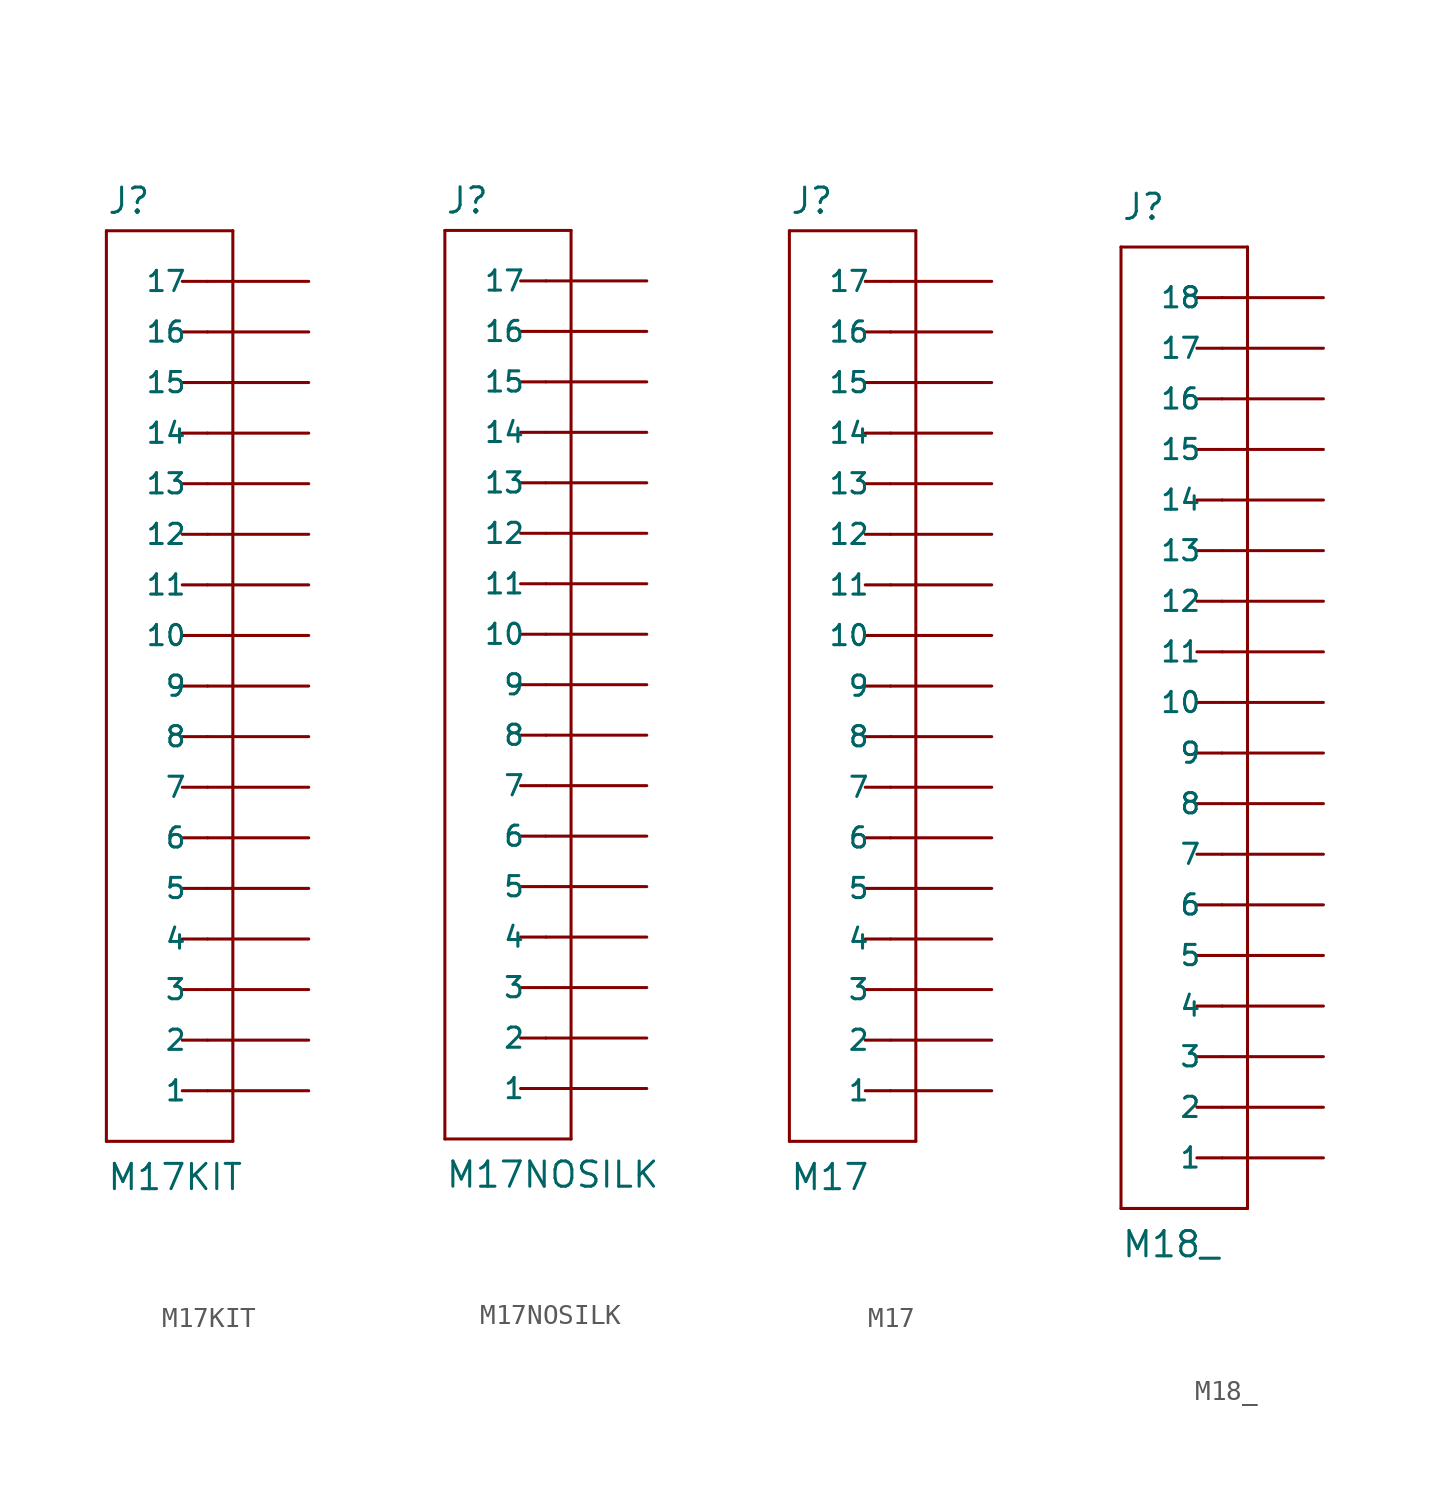
<source format=kicad_sym>
(kicad_symbol_lib
  (version 20211014)
  (generator kicad_symbol_editor)
  (symbol "M17KIT"
    (pin_numbers hide)
    (pin_names
      (offset 1.016))
    (property "Reference" "J"
      (at 0 23.622 0)
      (effects (font (size 1.27 1.27)) (justify left bottom)))
    (property "Value" "M17KIT"
      (at 0 -25.4 0)
      (effects (font (size 1.27 1.27)) (justify left bottom)))
    (property "Datasheet" ""
      (at 0 0 0)
      (effects (font (size 1.524 1.524))))
    (property "ki_locked" ""
      (at 0 0 0)
      (effects (font (size 1.27 1.27))))
    (symbol "M17KIT_1_0"
      (polyline (pts (xy 0 22.86) (xy 0 -22.86)) (stroke (width 0) (type default) (color 0 0 0 0)) (fill (type none)))
      (polyline (pts (xy 0 22.86) (xy 6.35 22.86)) (stroke (width 0) (type default) (color 0 0 0 0)) (fill (type none)))
      (polyline (pts (xy 3.81 -20.32) (xy 5.08 -20.32)) (stroke (width 0) (type default) (color 0 0 0 0)) (fill (type none)))
      (polyline (pts (xy 3.81 -17.78) (xy 5.08 -17.78)) (stroke (width 0) (type default) (color 0 0 0 0)) (fill (type none)))
      (polyline (pts (xy 3.81 -15.24) (xy 5.08 -15.24)) (stroke (width 0) (type default) (color 0 0 0 0)) (fill (type none)))
      (polyline (pts (xy 3.81 -12.7) (xy 5.08 -12.7)) (stroke (width 0) (type default) (color 0 0 0 0)) (fill (type none)))
      (polyline (pts (xy 3.81 -10.16) (xy 5.08 -10.16)) (stroke (width 0) (type default) (color 0 0 0 0)) (fill (type none)))
      (polyline (pts (xy 3.81 -7.62) (xy 5.08 -7.62)) (stroke (width 0) (type default) (color 0 0 0 0)) (fill (type none)))
      (polyline (pts (xy 3.81 -5.08) (xy 5.08 -5.08)) (stroke (width 0) (type default) (color 0 0 0 0)) (fill (type none)))
      (polyline (pts (xy 3.81 -2.54) (xy 5.08 -2.54)) (stroke (width 0) (type default) (color 0 0 0 0)) (fill (type none)))
      (polyline (pts (xy 3.81 0) (xy 5.08 0)) (stroke (width 0) (type default) (color 0 0 0 0)) (fill (type none)))
      (polyline (pts (xy 3.81 2.54) (xy 5.08 2.54)) (stroke (width 0) (type default) (color 0 0 0 0)) (fill (type none)))
      (polyline (pts (xy 3.81 5.08) (xy 5.08 5.08)) (stroke (width 0) (type default) (color 0 0 0 0)) (fill (type none)))
      (polyline (pts (xy 3.81 7.62) (xy 5.08 7.62)) (stroke (width 0) (type default) (color 0 0 0 0)) (fill (type none)))
      (polyline (pts (xy 3.81 10.16) (xy 5.08 10.16)) (stroke (width 0) (type default) (color 0 0 0 0)) (fill (type none)))
      (polyline (pts (xy 3.81 12.7) (xy 5.08 12.7)) (stroke (width 0) (type default) (color 0 0 0 0)) (fill (type none)))
      (polyline (pts (xy 3.81 15.24) (xy 5.08 15.24)) (stroke (width 0) (type default) (color 0 0 0 0)) (fill (type none)))
      (polyline (pts (xy 3.81 17.78) (xy 5.08 17.78)) (stroke (width 0) (type default) (color 0 0 0 0)) (fill (type none)))
      (polyline (pts (xy 3.81 20.32) (xy 5.08 20.32)) (stroke (width 0) (type default) (color 0 0 0 0)) (fill (type none)))
      (polyline (pts (xy 6.35 -22.86) (xy 0 -22.86)) (stroke (width 0) (type default) (color 0 0 0 0)) (fill (type none)))
      (polyline (pts (xy 6.35 -22.86) (xy 6.35 22.86)) (stroke (width 0) (type default) (color 0 0 0 0)) (fill (type none))))
    (symbol "M17KIT_1_1"
      (pin passive line (at 10.16 -20.32 180) (length 5.08) (name "1" (effects (font (size 1.016 1.016)))) (number "1" (effects (font (size 1.016 1.016)))))
      (pin passive line (at 10.16 2.54 180) (length 5.08) (name "10" (effects (font (size 1.016 1.016)))) (number "10" (effects (font (size 1.016 1.016)))))
      (pin passive line (at 10.16 5.08 180) (length 5.08) (name "11" (effects (font (size 1.016 1.016)))) (number "11" (effects (font (size 1.016 1.016)))))
      (pin passive line (at 10.16 7.62 180) (length 5.08) (name "12" (effects (font (size 1.016 1.016)))) (number "12" (effects (font (size 1.016 1.016)))))
      (pin passive line (at 10.16 10.16 180) (length 5.08) (name "13" (effects (font (size 1.016 1.016)))) (number "13" (effects (font (size 1.016 1.016)))))
      (pin passive line (at 10.16 12.7 180) (length 5.08) (name "14" (effects (font (size 1.016 1.016)))) (number "14" (effects (font (size 1.016 1.016)))))
      (pin passive line (at 10.16 15.24 180) (length 5.08) (name "15" (effects (font (size 1.016 1.016)))) (number "15" (effects (font (size 1.016 1.016)))))
      (pin passive line (at 10.16 17.78 180) (length 5.08) (name "16" (effects (font (size 1.016 1.016)))) (number "16" (effects (font (size 1.016 1.016)))))
      (pin passive line (at 10.16 20.32 180) (length 5.08) (name "17" (effects (font (size 1.016 1.016)))) (number "17" (effects (font (size 1.016 1.016)))))
      (pin passive line (at 10.16 -17.78 180) (length 5.08) (name "2" (effects (font (size 1.016 1.016)))) (number "2" (effects (font (size 1.016 1.016)))))
      (pin passive line (at 10.16 -15.24 180) (length 5.08) (name "3" (effects (font (size 1.016 1.016)))) (number "3" (effects (font (size 1.016 1.016)))))
      (pin passive line (at 10.16 -12.7 180) (length 5.08) (name "4" (effects (font (size 1.016 1.016)))) (number "4" (effects (font (size 1.016 1.016)))))
      (pin passive line (at 10.16 -10.16 180) (length 5.08) (name "5" (effects (font (size 1.016 1.016)))) (number "5" (effects (font (size 1.016 1.016)))))
      (pin passive line (at 10.16 -7.62 180) (length 5.08) (name "6" (effects (font (size 1.016 1.016)))) (number "6" (effects (font (size 1.016 1.016)))))
      (pin passive line (at 10.16 -5.08 180) (length 5.08) (name "7" (effects (font (size 1.016 1.016)))) (number "7" (effects (font (size 1.016 1.016)))))
      (pin passive line (at 10.16 -2.54 180) (length 5.08) (name "8" (effects (font (size 1.016 1.016)))) (number "8" (effects (font (size 1.016 1.016)))))
      (pin passive line (at 10.16 0 180) (length 5.08) (name "9" (effects (font (size 1.016 1.016)))) (number "9" (effects (font (size 1.016 1.016)))))))
  (symbol "M17NOSILK"
    (pin_numbers hide)
    (pin_names
      (offset 1.016))
    (property "Reference" "J"
      (at 0 23.622 0)
      (effects (font (size 1.27 1.27)) (justify left bottom)))
    (property "Value" "M17NOSILK"
      (at 0 -25.4 0)
      (effects (font (size 1.27 1.27)) (justify left bottom)))
    (property "Datasheet" ""
      (at 0 0 0)
      (effects (font (size 1.524 1.524))))
    (property "ki_locked" ""
      (at 0 0 0)
      (effects (font (size 1.27 1.27))))
    (symbol "M17NOSILK_1_0"
      (polyline (pts (xy 0 22.86) (xy 0 -22.86)) (stroke (width 0) (type default) (color 0 0 0 0)) (fill (type none)))
      (polyline (pts (xy 0 22.86) (xy 6.35 22.86)) (stroke (width 0) (type default) (color 0 0 0 0)) (fill (type none)))
      (polyline (pts (xy 3.81 -20.32) (xy 5.08 -20.32)) (stroke (width 0) (type default) (color 0 0 0 0)) (fill (type none)))
      (polyline (pts (xy 3.81 -17.78) (xy 5.08 -17.78)) (stroke (width 0) (type default) (color 0 0 0 0)) (fill (type none)))
      (polyline (pts (xy 3.81 -15.24) (xy 5.08 -15.24)) (stroke (width 0) (type default) (color 0 0 0 0)) (fill (type none)))
      (polyline (pts (xy 3.81 -12.7) (xy 5.08 -12.7)) (stroke (width 0) (type default) (color 0 0 0 0)) (fill (type none)))
      (polyline (pts (xy 3.81 -10.16) (xy 5.08 -10.16)) (stroke (width 0) (type default) (color 0 0 0 0)) (fill (type none)))
      (polyline (pts (xy 3.81 -7.62) (xy 5.08 -7.62)) (stroke (width 0) (type default) (color 0 0 0 0)) (fill (type none)))
      (polyline (pts (xy 3.81 -5.08) (xy 5.08 -5.08)) (stroke (width 0) (type default) (color 0 0 0 0)) (fill (type none)))
      (polyline (pts (xy 3.81 -2.54) (xy 5.08 -2.54)) (stroke (width 0) (type default) (color 0 0 0 0)) (fill (type none)))
      (polyline (pts (xy 3.81 0) (xy 5.08 0)) (stroke (width 0) (type default) (color 0 0 0 0)) (fill (type none)))
      (polyline (pts (xy 3.81 2.54) (xy 5.08 2.54)) (stroke (width 0) (type default) (color 0 0 0 0)) (fill (type none)))
      (polyline (pts (xy 3.81 5.08) (xy 5.08 5.08)) (stroke (width 0) (type default) (color 0 0 0 0)) (fill (type none)))
      (polyline (pts (xy 3.81 7.62) (xy 5.08 7.62)) (stroke (width 0) (type default) (color 0 0 0 0)) (fill (type none)))
      (polyline (pts (xy 3.81 10.16) (xy 5.08 10.16)) (stroke (width 0) (type default) (color 0 0 0 0)) (fill (type none)))
      (polyline (pts (xy 3.81 12.7) (xy 5.08 12.7)) (stroke (width 0) (type default) (color 0 0 0 0)) (fill (type none)))
      (polyline (pts (xy 3.81 15.24) (xy 5.08 15.24)) (stroke (width 0) (type default) (color 0 0 0 0)) (fill (type none)))
      (polyline (pts (xy 3.81 17.78) (xy 5.08 17.78)) (stroke (width 0) (type default) (color 0 0 0 0)) (fill (type none)))
      (polyline (pts (xy 3.81 20.32) (xy 5.08 20.32)) (stroke (width 0) (type default) (color 0 0 0 0)) (fill (type none)))
      (polyline (pts (xy 6.35 -22.86) (xy 0 -22.86)) (stroke (width 0) (type default) (color 0 0 0 0)) (fill (type none)))
      (polyline (pts (xy 6.35 -22.86) (xy 6.35 22.86)) (stroke (width 0) (type default) (color 0 0 0 0)) (fill (type none))))
    (symbol "M17NOSILK_1_1"
      (pin passive line (at 10.16 -20.32 180) (length 5.08) (name "1" (effects (font (size 1.016 1.016)))) (number "1" (effects (font (size 1.016 1.016)))))
      (pin passive line (at 10.16 2.54 180) (length 5.08) (name "10" (effects (font (size 1.016 1.016)))) (number "10" (effects (font (size 1.016 1.016)))))
      (pin passive line (at 10.16 5.08 180) (length 5.08) (name "11" (effects (font (size 1.016 1.016)))) (number "11" (effects (font (size 1.016 1.016)))))
      (pin passive line (at 10.16 7.62 180) (length 5.08) (name "12" (effects (font (size 1.016 1.016)))) (number "12" (effects (font (size 1.016 1.016)))))
      (pin passive line (at 10.16 10.16 180) (length 5.08) (name "13" (effects (font (size 1.016 1.016)))) (number "13" (effects (font (size 1.016 1.016)))))
      (pin passive line (at 10.16 12.7 180) (length 5.08) (name "14" (effects (font (size 1.016 1.016)))) (number "14" (effects (font (size 1.016 1.016)))))
      (pin passive line (at 10.16 15.24 180) (length 5.08) (name "15" (effects (font (size 1.016 1.016)))) (number "15" (effects (font (size 1.016 1.016)))))
      (pin passive line (at 10.16 17.78 180) (length 5.08) (name "16" (effects (font (size 1.016 1.016)))) (number "16" (effects (font (size 1.016 1.016)))))
      (pin passive line (at 10.16 20.32 180) (length 5.08) (name "17" (effects (font (size 1.016 1.016)))) (number "17" (effects (font (size 1.016 1.016)))))
      (pin passive line (at 10.16 -17.78 180) (length 5.08) (name "2" (effects (font (size 1.016 1.016)))) (number "2" (effects (font (size 1.016 1.016)))))
      (pin passive line (at 10.16 -15.24 180) (length 5.08) (name "3" (effects (font (size 1.016 1.016)))) (number "3" (effects (font (size 1.016 1.016)))))
      (pin passive line (at 10.16 -12.7 180) (length 5.08) (name "4" (effects (font (size 1.016 1.016)))) (number "4" (effects (font (size 1.016 1.016)))))
      (pin passive line (at 10.16 -10.16 180) (length 5.08) (name "5" (effects (font (size 1.016 1.016)))) (number "5" (effects (font (size 1.016 1.016)))))
      (pin passive line (at 10.16 -7.62 180) (length 5.08) (name "6" (effects (font (size 1.016 1.016)))) (number "6" (effects (font (size 1.016 1.016)))))
      (pin passive line (at 10.16 -5.08 180) (length 5.08) (name "7" (effects (font (size 1.016 1.016)))) (number "7" (effects (font (size 1.016 1.016)))))
      (pin passive line (at 10.16 -2.54 180) (length 5.08) (name "8" (effects (font (size 1.016 1.016)))) (number "8" (effects (font (size 1.016 1.016)))))
      (pin passive line (at 10.16 0 180) (length 5.08) (name "9" (effects (font (size 1.016 1.016)))) (number "9" (effects (font (size 1.016 1.016)))))))
  (symbol "M17"
    (pin_numbers hide)
    (pin_names
      (offset 1.016))
    (property "Reference" "J"
      (at 0 23.622 0)
      (effects (font (size 1.27 1.27)) (justify left bottom)))
    (property "Value" "M17"
      (at 0 -25.4 0)
      (effects (font (size 1.27 1.27)) (justify left bottom)))
    (property "Datasheet" ""
      (at 0 0 0)
      (effects (font (size 1.524 1.524))))
    (property "ki_locked" ""
      (at 0 0 0)
      (effects (font (size 1.27 1.27))))
    (symbol "M17_1_0"
      (polyline (pts (xy 0 22.86) (xy 0 -22.86)) (stroke (width 0) (type default) (color 0 0 0 0)) (fill (type none)))
      (polyline (pts (xy 0 22.86) (xy 6.35 22.86)) (stroke (width 0) (type default) (color 0 0 0 0)) (fill (type none)))
      (polyline (pts (xy 3.81 -20.32) (xy 5.08 -20.32)) (stroke (width 0) (type default) (color 0 0 0 0)) (fill (type none)))
      (polyline (pts (xy 3.81 -17.78) (xy 5.08 -17.78)) (stroke (width 0) (type default) (color 0 0 0 0)) (fill (type none)))
      (polyline (pts (xy 3.81 -15.24) (xy 5.08 -15.24)) (stroke (width 0) (type default) (color 0 0 0 0)) (fill (type none)))
      (polyline (pts (xy 3.81 -12.7) (xy 5.08 -12.7)) (stroke (width 0) (type default) (color 0 0 0 0)) (fill (type none)))
      (polyline (pts (xy 3.81 -10.16) (xy 5.08 -10.16)) (stroke (width 0) (type default) (color 0 0 0 0)) (fill (type none)))
      (polyline (pts (xy 3.81 -7.62) (xy 5.08 -7.62)) (stroke (width 0) (type default) (color 0 0 0 0)) (fill (type none)))
      (polyline (pts (xy 3.81 -5.08) (xy 5.08 -5.08)) (stroke (width 0) (type default) (color 0 0 0 0)) (fill (type none)))
      (polyline (pts (xy 3.81 -2.54) (xy 5.08 -2.54)) (stroke (width 0) (type default) (color 0 0 0 0)) (fill (type none)))
      (polyline (pts (xy 3.81 0) (xy 5.08 0)) (stroke (width 0) (type default) (color 0 0 0 0)) (fill (type none)))
      (polyline (pts (xy 3.81 2.54) (xy 5.08 2.54)) (stroke (width 0) (type default) (color 0 0 0 0)) (fill (type none)))
      (polyline (pts (xy 3.81 5.08) (xy 5.08 5.08)) (stroke (width 0) (type default) (color 0 0 0 0)) (fill (type none)))
      (polyline (pts (xy 3.81 7.62) (xy 5.08 7.62)) (stroke (width 0) (type default) (color 0 0 0 0)) (fill (type none)))
      (polyline (pts (xy 3.81 10.16) (xy 5.08 10.16)) (stroke (width 0) (type default) (color 0 0 0 0)) (fill (type none)))
      (polyline (pts (xy 3.81 12.7) (xy 5.08 12.7)) (stroke (width 0) (type default) (color 0 0 0 0)) (fill (type none)))
      (polyline (pts (xy 3.81 15.24) (xy 5.08 15.24)) (stroke (width 0) (type default) (color 0 0 0 0)) (fill (type none)))
      (polyline (pts (xy 3.81 17.78) (xy 5.08 17.78)) (stroke (width 0) (type default) (color 0 0 0 0)) (fill (type none)))
      (polyline (pts (xy 3.81 20.32) (xy 5.08 20.32)) (stroke (width 0) (type default) (color 0 0 0 0)) (fill (type none)))
      (polyline (pts (xy 6.35 -22.86) (xy 0 -22.86)) (stroke (width 0) (type default) (color 0 0 0 0)) (fill (type none)))
      (polyline (pts (xy 6.35 -22.86) (xy 6.35 22.86)) (stroke (width 0) (type default) (color 0 0 0 0)) (fill (type none))))
    (symbol "M17_1_1"
      (pin passive line (at 10.16 -20.32 180) (length 5.08) (name "1" (effects (font (size 1.016 1.016)))) (number "1" (effects (font (size 1.016 1.016)))))
      (pin passive line (at 10.16 2.54 180) (length 5.08) (name "10" (effects (font (size 1.016 1.016)))) (number "10" (effects (font (size 1.016 1.016)))))
      (pin passive line (at 10.16 5.08 180) (length 5.08) (name "11" (effects (font (size 1.016 1.016)))) (number "11" (effects (font (size 1.016 1.016)))))
      (pin passive line (at 10.16 7.62 180) (length 5.08) (name "12" (effects (font (size 1.016 1.016)))) (number "12" (effects (font (size 1.016 1.016)))))
      (pin passive line (at 10.16 10.16 180) (length 5.08) (name "13" (effects (font (size 1.016 1.016)))) (number "13" (effects (font (size 1.016 1.016)))))
      (pin passive line (at 10.16 12.7 180) (length 5.08) (name "14" (effects (font (size 1.016 1.016)))) (number "14" (effects (font (size 1.016 1.016)))))
      (pin passive line (at 10.16 15.24 180) (length 5.08) (name "15" (effects (font (size 1.016 1.016)))) (number "15" (effects (font (size 1.016 1.016)))))
      (pin passive line (at 10.16 17.78 180) (length 5.08) (name "16" (effects (font (size 1.016 1.016)))) (number "16" (effects (font (size 1.016 1.016)))))
      (pin passive line (at 10.16 20.32 180) (length 5.08) (name "17" (effects (font (size 1.016 1.016)))) (number "17" (effects (font (size 1.016 1.016)))))
      (pin passive line (at 10.16 -17.78 180) (length 5.08) (name "2" (effects (font (size 1.016 1.016)))) (number "2" (effects (font (size 1.016 1.016)))))
      (pin passive line (at 10.16 -15.24 180) (length 5.08) (name "3" (effects (font (size 1.016 1.016)))) (number "3" (effects (font (size 1.016 1.016)))))
      (pin passive line (at 10.16 -12.7 180) (length 5.08) (name "4" (effects (font (size 1.016 1.016)))) (number "4" (effects (font (size 1.016 1.016)))))
      (pin passive line (at 10.16 -10.16 180) (length 5.08) (name "5" (effects (font (size 1.016 1.016)))) (number "5" (effects (font (size 1.016 1.016)))))
      (pin passive line (at 10.16 -7.62 180) (length 5.08) (name "6" (effects (font (size 1.016 1.016)))) (number "6" (effects (font (size 1.016 1.016)))))
      (pin passive line (at 10.16 -5.08 180) (length 5.08) (name "7" (effects (font (size 1.016 1.016)))) (number "7" (effects (font (size 1.016 1.016)))))
      (pin passive line (at 10.16 -2.54 180) (length 5.08) (name "8" (effects (font (size 1.016 1.016)))) (number "8" (effects (font (size 1.016 1.016)))))
      (pin passive line (at 10.16 0 180) (length 5.08) (name "9" (effects (font (size 1.016 1.016)))) (number "9" (effects (font (size 1.016 1.016)))))))
  (symbol "M18_"
    (pin_numbers hide)
    (pin_names
      (offset 1.016))
    (property "Reference" "J"
      (at -2.54 24.13 0)
      (effects (font (size 1.27 1.27)) (justify left bottom)))
    (property "Value" "M18_"
      (at -2.54 -27.94 0)
      (effects (font (size 1.27 1.27)) (justify left bottom)))
    (property "Datasheet" ""
      (at 0 0 0)
      (effects (font (size 1.524 1.524))))
    (property "ki_locked" ""
      (at 0 0 0)
      (effects (font (size 1.27 1.27))))
    (symbol "M18__1_0"
      (polyline (pts (xy -2.54 22.86) (xy -2.54 -25.4)) (stroke (width 0) (type default) (color 0 0 0 0)) (fill (type none)))
      (polyline (pts (xy -2.54 22.86) (xy 3.81 22.86)) (stroke (width 0) (type default) (color 0 0 0 0)) (fill (type none)))
      (polyline (pts (xy 1.27 -22.86) (xy 2.54 -22.86)) (stroke (width 0) (type default) (color 0 0 0 0)) (fill (type none)))
      (polyline (pts (xy 1.27 -20.32) (xy 2.54 -20.32)) (stroke (width 0) (type default) (color 0 0 0 0)) (fill (type none)))
      (polyline (pts (xy 1.27 -17.78) (xy 2.54 -17.78)) (stroke (width 0) (type default) (color 0 0 0 0)) (fill (type none)))
      (polyline (pts (xy 1.27 -15.24) (xy 2.54 -15.24)) (stroke (width 0) (type default) (color 0 0 0 0)) (fill (type none)))
      (polyline (pts (xy 1.27 -12.7) (xy 2.54 -12.7)) (stroke (width 0) (type default) (color 0 0 0 0)) (fill (type none)))
      (polyline (pts (xy 1.27 -10.16) (xy 2.54 -10.16)) (stroke (width 0) (type default) (color 0 0 0 0)) (fill (type none)))
      (polyline (pts (xy 1.27 -7.62) (xy 2.54 -7.62)) (stroke (width 0) (type default) (color 0 0 0 0)) (fill (type none)))
      (polyline (pts (xy 1.27 -5.08) (xy 2.54 -5.08)) (stroke (width 0) (type default) (color 0 0 0 0)) (fill (type none)))
      (polyline (pts (xy 1.27 -2.54) (xy 2.54 -2.54)) (stroke (width 0) (type default) (color 0 0 0 0)) (fill (type none)))
      (polyline (pts (xy 1.27 0) (xy 2.54 0)) (stroke (width 0) (type default) (color 0 0 0 0)) (fill (type none)))
      (polyline (pts (xy 1.27 2.54) (xy 2.54 2.54)) (stroke (width 0) (type default) (color 0 0 0 0)) (fill (type none)))
      (polyline (pts (xy 1.27 5.08) (xy 2.54 5.08)) (stroke (width 0) (type default) (color 0 0 0 0)) (fill (type none)))
      (polyline (pts (xy 1.27 7.62) (xy 2.54 7.62)) (stroke (width 0) (type default) (color 0 0 0 0)) (fill (type none)))
      (polyline (pts (xy 1.27 10.16) (xy 2.54 10.16)) (stroke (width 0) (type default) (color 0 0 0 0)) (fill (type none)))
      (polyline (pts (xy 1.27 12.7) (xy 2.54 12.7)) (stroke (width 0) (type default) (color 0 0 0 0)) (fill (type none)))
      (polyline (pts (xy 1.27 15.24) (xy 2.54 15.24)) (stroke (width 0) (type default) (color 0 0 0 0)) (fill (type none)))
      (polyline (pts (xy 1.27 17.78) (xy 2.54 17.78)) (stroke (width 0) (type default) (color 0 0 0 0)) (fill (type none)))
      (polyline (pts (xy 1.27 20.32) (xy 2.54 20.32)) (stroke (width 0) (type default) (color 0 0 0 0)) (fill (type none)))
      (polyline (pts (xy 3.81 -25.4) (xy -2.54 -25.4)) (stroke (width 0) (type default) (color 0 0 0 0)) (fill (type none)))
      (polyline (pts (xy 3.81 -25.4) (xy 3.81 22.86)) (stroke (width 0) (type default) (color 0 0 0 0)) (fill (type none))))
    (symbol "M18__1_1"
      (pin passive line (at 7.62 -22.86 180) (length 5.08) (name "1" (effects (font (size 1.016 1.016)))) (number "1" (effects (font (size 1.016 1.016)))))
      (pin passive line (at 7.62 0 180) (length 5.08) (name "10" (effects (font (size 1.016 1.016)))) (number "10" (effects (font (size 1.016 1.016)))))
      (pin passive line (at 7.62 2.54 180) (length 5.08) (name "11" (effects (font (size 1.016 1.016)))) (number "11" (effects (font (size 1.016 1.016)))))
      (pin passive line (at 7.62 5.08 180) (length 5.08) (name "12" (effects (font (size 1.016 1.016)))) (number "12" (effects (font (size 1.016 1.016)))))
      (pin passive line (at 7.62 7.62 180) (length 5.08) (name "13" (effects (font (size 1.016 1.016)))) (number "13" (effects (font (size 1.016 1.016)))))
      (pin passive line (at 7.62 10.16 180) (length 5.08) (name "14" (effects (font (size 1.016 1.016)))) (number "14" (effects (font (size 1.016 1.016)))))
      (pin passive line (at 7.62 12.7 180) (length 5.08) (name "15" (effects (font (size 1.016 1.016)))) (number "15" (effects (font (size 1.016 1.016)))))
      (pin passive line (at 7.62 15.24 180) (length 5.08) (name "16" (effects (font (size 1.016 1.016)))) (number "16" (effects (font (size 1.016 1.016)))))
      (pin passive line (at 7.62 17.78 180) (length 5.08) (name "17" (effects (font (size 1.016 1.016)))) (number "17" (effects (font (size 1.016 1.016)))))
      (pin passive line (at 7.62 20.32 180) (length 5.08) (name "18" (effects (font (size 1.016 1.016)))) (number "18" (effects (font (size 1.016 1.016)))))
      (pin passive line (at 7.62 -20.32 180) (length 5.08) (name "2" (effects (font (size 1.016 1.016)))) (number "2" (effects (font (size 1.016 1.016)))))
      (pin passive line (at 7.62 -17.78 180) (length 5.08) (name "3" (effects (font (size 1.016 1.016)))) (number "3" (effects (font (size 1.016 1.016)))))
      (pin passive line (at 7.62 -15.24 180) (length 5.08) (name "4" (effects (font (size 1.016 1.016)))) (number "4" (effects (font (size 1.016 1.016)))))
      (pin passive line (at 7.62 -12.7 180) (length 5.08) (name "5" (effects (font (size 1.016 1.016)))) (number "5" (effects (font (size 1.016 1.016)))))
      (pin passive line (at 7.62 -10.16 180) (length 5.08) (name "6" (effects (font (size 1.016 1.016)))) (number "6" (effects (font (size 1.016 1.016)))))
      (pin passive line (at 7.62 -7.62 180) (length 5.08) (name "7" (effects (font (size 1.016 1.016)))) (number "7" (effects (font (size 1.016 1.016)))))
      (pin passive line (at 7.62 -5.08 180) (length 5.08) (name "8" (effects (font (size 1.016 1.016)))) (number "8" (effects (font (size 1.016 1.016)))))
      (pin passive line (at 7.62 -2.54 180) (length 5.08) (name "9" (effects (font (size 1.016 1.016)))) (number "9" (effects (font (size 1.016 1.016))))))))
</source>
